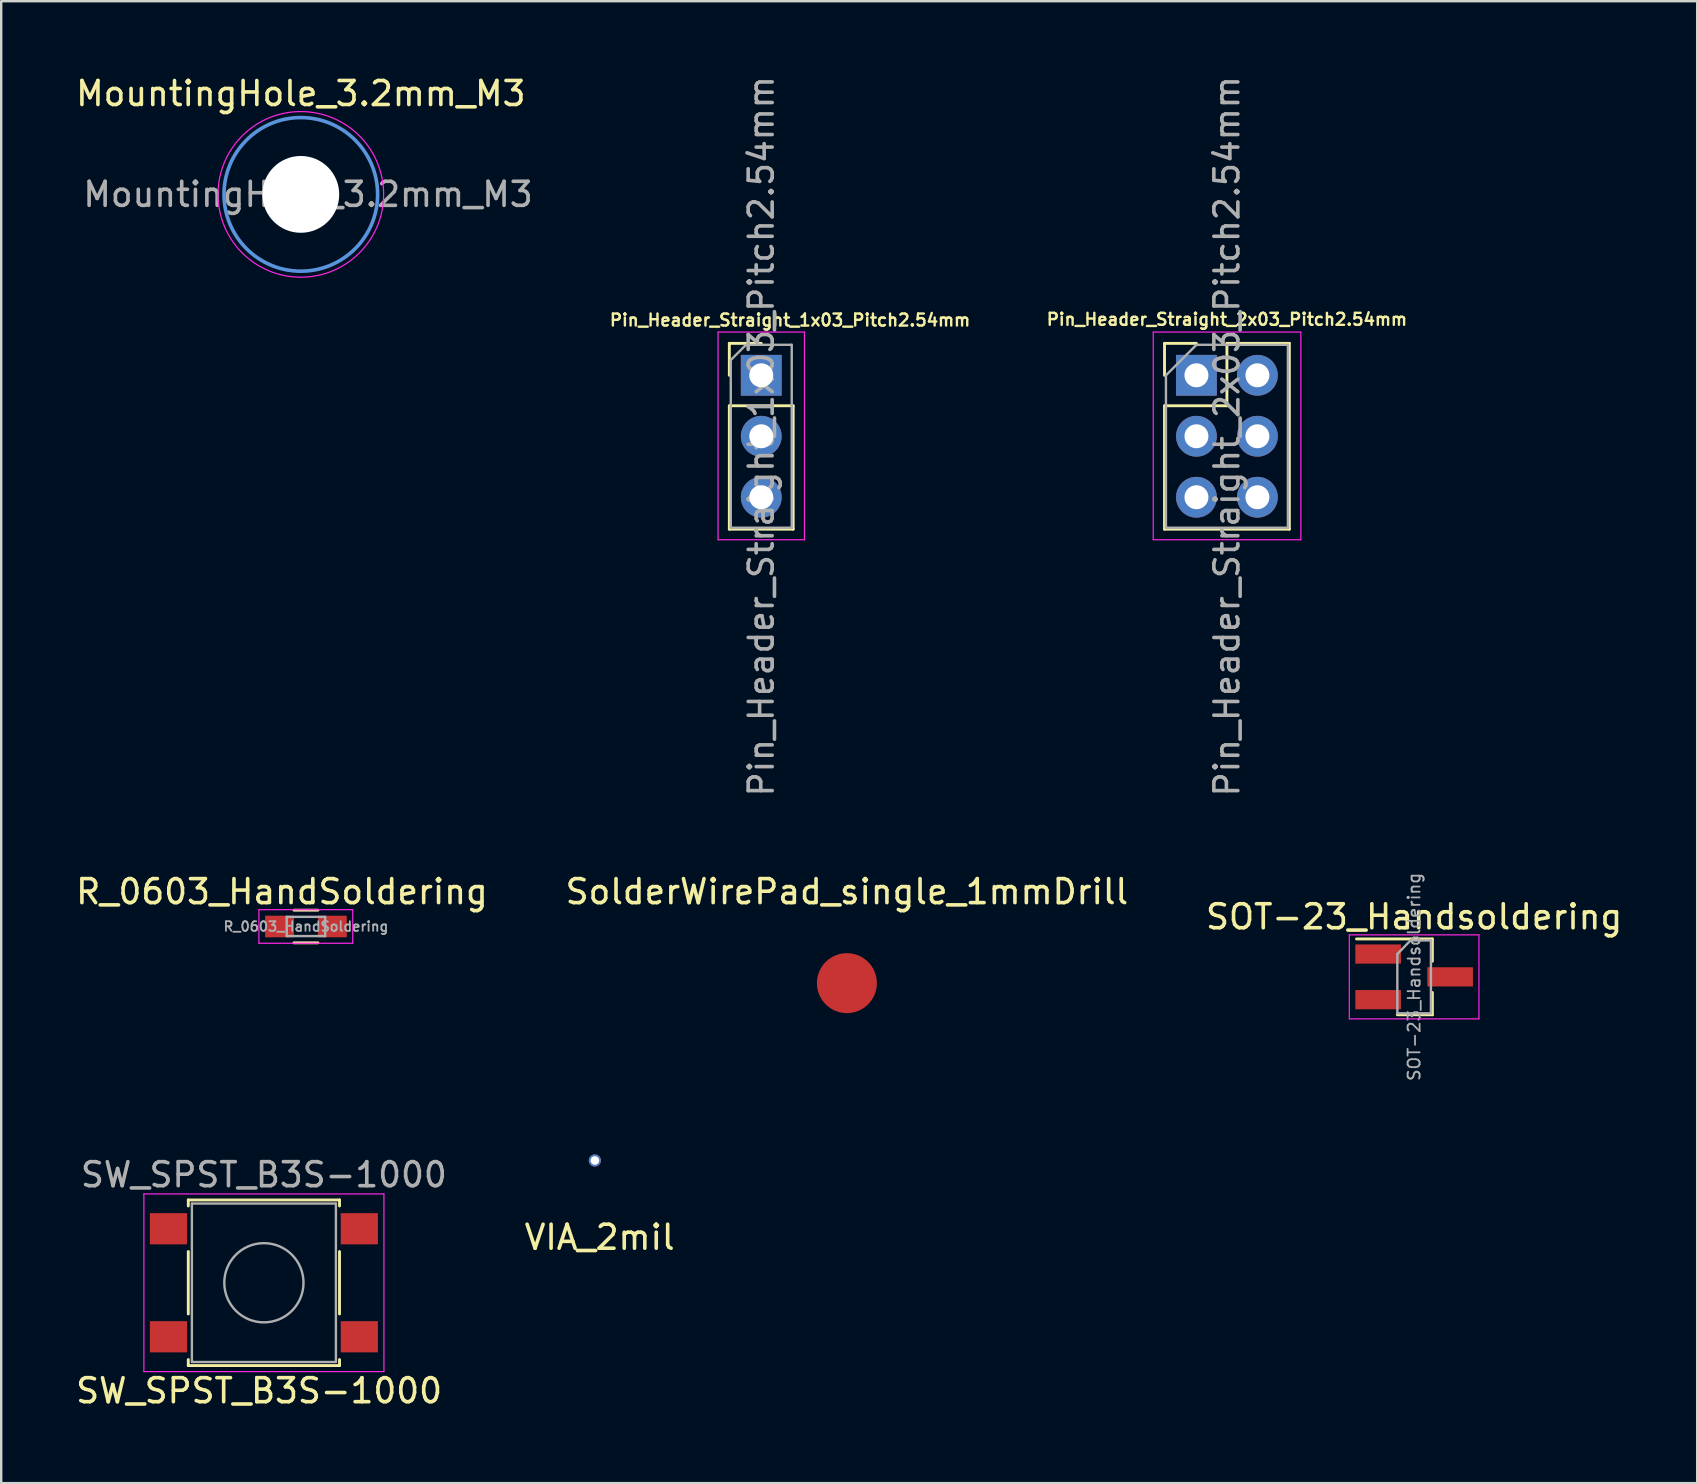
<source format=kicad_pcb>
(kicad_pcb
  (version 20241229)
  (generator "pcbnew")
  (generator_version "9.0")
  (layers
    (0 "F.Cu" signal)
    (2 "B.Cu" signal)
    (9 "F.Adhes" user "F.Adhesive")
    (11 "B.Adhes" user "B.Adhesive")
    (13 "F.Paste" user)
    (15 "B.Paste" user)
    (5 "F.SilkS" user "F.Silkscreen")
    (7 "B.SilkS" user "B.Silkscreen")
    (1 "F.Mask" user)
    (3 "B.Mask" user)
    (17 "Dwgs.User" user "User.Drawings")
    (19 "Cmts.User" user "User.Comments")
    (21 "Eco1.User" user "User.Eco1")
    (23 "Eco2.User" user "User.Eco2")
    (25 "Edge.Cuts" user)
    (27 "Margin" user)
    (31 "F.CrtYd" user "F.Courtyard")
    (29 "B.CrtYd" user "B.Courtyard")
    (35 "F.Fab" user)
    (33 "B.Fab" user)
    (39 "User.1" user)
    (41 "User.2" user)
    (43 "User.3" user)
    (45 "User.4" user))
  (footprint "R_0603_HandSoldering"
    (layer "F.Cu")
    (at 9.696 35.548)
    (property "Reference" "R_0603_HandSoldering" (at -1 -1.45 0) (layer "F.SilkS") (effects (font (size 1 1) (thickness 0.15))))
    (attr smd)
    (fp_line (start -0.5 -0.68) (end 0.5 -0.68) (stroke (width 0.12) (type solid)) (layer "F.SilkS"))
    (fp_line (start 0.5 0.68) (end -0.5 0.68) (stroke (width 0.12) (type solid)) (layer "F.SilkS"))
    (fp_line (start -1.96 -0.7) (end -1.96 0.7) (stroke (width 0.05) (type solid)) (layer "F.CrtYd"))
    (fp_line (start -1.96 -0.7) (end 1.95 -0.7) (stroke (width 0.05) (type solid)) (layer "F.CrtYd"))
    (fp_line (start 1.95 0.7) (end -1.96 0.7) (stroke (width 0.05) (type solid)) (layer "F.CrtYd"))
    (fp_line (start 1.95 0.7) (end 1.95 -0.7) (stroke (width 0.05) (type solid)) (layer "F.CrtYd"))
    (fp_line (start -0.8 -0.4) (end 0.8 -0.4) (stroke (width 0.1) (type solid)) (layer "F.Fab"))
    (fp_line (start -0.8 0.4) (end -0.8 -0.4) (stroke (width 0.1) (type solid)) (layer "F.Fab"))
    (fp_line (start 0.8 -0.4) (end 0.8 0.4) (stroke (width 0.1) (type solid)) (layer "F.Fab"))
    (fp_line (start 0.8 0.4) (end -0.8 0.4) (stroke (width 0.1) (type solid)) (layer "F.Fab"))
    (fp_text user "${REFERENCE}" (at 0 0 0) (layer "F.Fab") (effects (font (size 0.4 0.4) (thickness 0.075))))
    (pad "1" smd rect (at -1.1 0) (size 1.2 0.9) (layers "F.Cu" "F.Mask" "F.Paste"))
    (pad "2" smd rect (at 1.1 0) (size 1.2 0.9) (layers "F.Cu" "F.Mask" "F.Paste")))
  (footprint "MountingHole_3.2mm_M3"
    (layer "F.Cu")
    (at 9.482 5.048)
    (property "Reference" "MountingHole_3.2mm_M3" (at 0 -4.2 0) (layer "F.SilkS") (effects (font (size 1 1) (thickness 0.15))))
    (attr exclude_from_pos_files exclude_from_bom)
    (fp_circle (center 0 0) (end 3.2 0) (stroke (width 0.15) (type solid)) (fill no) (layer "Cmts.User"))
    (fp_circle (center 0 0) (end 3.45 0) (stroke (width 0.05) (type solid)) (fill no) (layer "F.CrtYd"))
    (fp_text user "${REFERENCE}" (at 0.3 0 0) (layer "F.Fab") (effects (font (size 1 1) (thickness 0.15))))
    (pad "" np_thru_hole circle (at 0 0) (size 3.2 3.2) (drill 3.2) (layers "*.Cu" "*.Mask")))
  (footprint "Pin_Header_Straight_1x03_Pitch2.54mm"
    (layer "F.Cu")
    (at 28.664 12.585)
    (property "Reference" "Pin_Header_Straight_1x03_Pitch2.54mm" (at 1.2 -2.3 0) (layer "F.SilkS") (effects (font (size 0.5 0.5) (thickness 0.1))))
    (attr through_hole)
    (fp_line (start -1.33 -1.33) (end 0 -1.33) (stroke (width 0.12) (type solid)) (layer "F.SilkS"))
    (fp_line (start -1.33 0) (end -1.33 -1.33) (stroke (width 0.12) (type solid)) (layer "F.SilkS"))
    (fp_line (start -1.33 1.27) (end -1.33 6.41) (stroke (width 0.12) (type solid)) (layer "F.SilkS"))
    (fp_line (start -1.33 1.27) (end 1.33 1.27) (stroke (width 0.12) (type solid)) (layer "F.SilkS"))
    (fp_line (start -1.33 6.41) (end 1.33 6.41) (stroke (width 0.12) (type solid)) (layer "F.SilkS"))
    (fp_line (start 1.33 1.27) (end 1.33 6.41) (stroke (width 0.12) (type solid)) (layer "F.SilkS"))
    (fp_line (start -1.8 -1.8) (end -1.8 6.85) (stroke (width 0.05) (type solid)) (layer "F.CrtYd"))
    (fp_line (start -1.8 6.85) (end 1.8 6.85) (stroke (width 0.05) (type solid)) (layer "F.CrtYd"))
    (fp_line (start 1.8 -1.8) (end -1.8 -1.8) (stroke (width 0.05) (type solid)) (layer "F.CrtYd"))
    (fp_line (start 1.8 6.85) (end 1.8 -1.8) (stroke (width 0.05) (type solid)) (layer "F.CrtYd"))
    (fp_line (start -1.27 -0.635) (end -0.635 -1.27) (stroke (width 0.1) (type solid)) (layer "F.Fab"))
    (fp_line (start -1.27 6.35) (end -1.27 -0.635) (stroke (width 0.1) (type solid)) (layer "F.Fab"))
    (fp_line (start -0.635 -1.27) (end 1.27 -1.27) (stroke (width 0.1) (type solid)) (layer "F.Fab"))
    (fp_line (start 1.27 -1.27) (end 1.27 6.35) (stroke (width 0.1) (type solid)) (layer "F.Fab"))
    (fp_line (start 1.27 6.35) (end -1.27 6.35) (stroke (width 0.1) (type solid)) (layer "F.Fab"))
    (fp_text user "${REFERENCE}" (at 0 2.54 90) (layer "F.Fab") (effects (font (size 1 1) (thickness 0.15))))
    (pad "1" thru_hole rect (at 0 0) (size 1.7 1.7) (drill 1) (layers "*.Cu" "*.Mask"))
    (pad "2" thru_hole oval (at 0 2.54) (size 1.7 1.7) (drill 1) (layers "*.Cu" "*.Mask"))
    (pad "3" thru_hole oval (at 0 5.08) (size 1.7 1.7) (drill 1) (layers "*.Cu" "*.Mask")))
  (footprint "SW_SPST_B3S-1000"
    (layer "F.Cu")
    (at 7.944 50.39)
    (property "Reference" "SW_SPST_B3S-1000" (at -0.2 4.5 0) (layer "F.SilkS") (effects (font (size 1 1) (thickness 0.15))))
    (attr smd)
    (fp_line (start -3.15 -3.45) (end 3.15 -3.45) (stroke (width 0.12) (type solid)) (layer "F.SilkS"))
    (fp_line (start -3.15 -3.2) (end -3.15 -3.45) (stroke (width 0.12) (type solid)) (layer "F.SilkS"))
    (fp_line (start -3.15 1.3) (end -3.15 -1.3) (stroke (width 0.12) (type solid)) (layer "F.SilkS"))
    (fp_line (start -3.15 3.45) (end -3.15 3.2) (stroke (width 0.12) (type solid)) (layer "F.SilkS"))
    (fp_line (start 3.15 -3.45) (end 3.15 -3.2) (stroke (width 0.12) (type solid)) (layer "F.SilkS"))
    (fp_line (start 3.15 -1.3) (end 3.15 1.3) (stroke (width 0.12) (type solid)) (layer "F.SilkS"))
    (fp_line (start 3.15 3.2) (end 3.15 3.45) (stroke (width 0.12) (type solid)) (layer "F.SilkS"))
    (fp_line (start 3.15 3.45) (end -3.15 3.45) (stroke (width 0.12) (type solid)) (layer "F.SilkS"))
    (fp_line (start -5 -3.7) (end -5 3.7) (stroke (width 0.05) (type solid)) (layer "F.CrtYd"))
    (fp_line (start -5 3.7) (end 5 3.7) (stroke (width 0.05) (type solid)) (layer "F.CrtYd"))
    (fp_line (start 5 -3.7) (end -5 -3.7) (stroke (width 0.05) (type solid)) (layer "F.CrtYd"))
    (fp_line (start 5 3.7) (end 5 -3.7) (stroke (width 0.05) (type solid)) (layer "F.CrtYd"))
    (fp_line (start -3 -3.3) (end 3 -3.3) (stroke (width 0.1) (type solid)) (layer "F.Fab"))
    (fp_line (start -3 3.3) (end -3 -3.3) (stroke (width 0.1) (type solid)) (layer "F.Fab"))
    (fp_line (start 3 -3.3) (end 3 3.3) (stroke (width 0.1) (type solid)) (layer "F.Fab"))
    (fp_line (start 3 3.3) (end -3 3.3) (stroke (width 0.1) (type solid)) (layer "F.Fab"))
    (fp_circle (center 0 0) (end 1.65 0) (stroke (width 0.1) (type solid)) (fill no) (layer "F.Fab"))
    (fp_text user "${REFERENCE}" (at 0 -4.5 0) (layer "F.Fab") (effects (font (size 1 1) (thickness 0.15))))
    (pad "1" smd rect (at -3.975 -2.25) (size 1.55 1.3) (layers "F.Cu" "F.Mask" "F.Paste"))
    (pad "1" smd rect (at 3.975 -2.25) (size 1.55 1.3) (layers "F.Cu" "F.Mask" "F.Paste"))
    (pad "2" smd rect (at -3.975 2.25) (size 1.55 1.3) (layers "F.Cu" "F.Mask" "F.Paste"))
    (pad "2" smd rect (at 3.975 2.25) (size 1.55 1.3) (layers "F.Cu" "F.Mask" "F.Paste")))
  (footprint "SolderWirePad_single_1mmDrill"
    (layer "F.Cu")
    (at 32.232 37.908)
    (property "Reference" "SolderWirePad_single_1mmDrill" (at 0 -3.81 0) (layer "F.SilkS") (effects (font (size 1 1) (thickness 0.15))))
    (attr through_hole)
    (pad "1" smd circle (at 0 0) (size 2.499 2.499) (layers "F.Cu" "F.Mask" "F.Paste")))
  (footprint "VIA_2mil"
    (layer "F.Cu")
    (at 21.732 45.296)
    (property "Reference" "VIA_2mil" (at 0.2 3.2 0) (layer "F.SilkS") (effects (font (size 1 1) (thickness 0.15))))
    (attr through_hole)
    (pad "1" thru_hole circle (at 0 0) (size 0.508 0.508) (drill 0.356) (layers "*.Cu")))
  (footprint "SOT-23_Handsoldering"
    (layer "F.Cu")
    (at 55.863 37.646)
    (property "Reference" "SOT-23_Handsoldering" (at 0 -2.5 0) (layer "F.SilkS") (effects (font (size 1 1) (thickness 0.15))))
    (attr smd)
    (fp_line (start 0.76 -1.58) (end -2.4 -1.58) (stroke (width 0.12) (type solid)) (layer "F.SilkS"))
    (fp_line (start 0.76 -1.58) (end 0.76 -0.65) (stroke (width 0.12) (type solid)) (layer "F.SilkS"))
    (fp_line (start 0.76 1.58) (end -0.7 1.58) (stroke (width 0.12) (type solid)) (layer "F.SilkS"))
    (fp_line (start 0.76 1.58) (end 0.76 0.65) (stroke (width 0.12) (type solid)) (layer "F.SilkS"))
    (fp_line (start -2.7 -1.75) (end 2.7 -1.75) (stroke (width 0.05) (type solid)) (layer "F.CrtYd"))
    (fp_line (start -2.7 1.75) (end -2.7 -1.75) (stroke (width 0.05) (type solid)) (layer "F.CrtYd"))
    (fp_line (start 2.7 -1.75) (end 2.7 1.75) (stroke (width 0.05) (type solid)) (layer "F.CrtYd"))
    (fp_line (start 2.7 1.75) (end -2.7 1.75) (stroke (width 0.05) (type solid)) (layer "F.CrtYd"))
    (fp_line (start -0.7 -0.95) (end -0.7 1.5) (stroke (width 0.1) (type solid)) (layer "F.Fab"))
    (fp_line (start -0.7 -0.95) (end -0.15 -1.52) (stroke (width 0.1) (type solid)) (layer "F.Fab"))
    (fp_line (start -0.7 1.52) (end 0.7 1.52) (stroke (width 0.1) (type solid)) (layer "F.Fab"))
    (fp_line (start -0.15 -1.52) (end 0.7 -1.52) (stroke (width 0.1) (type solid)) (layer "F.Fab"))
    (fp_line (start 0.7 -1.52) (end 0.7 1.52) (stroke (width 0.1) (type solid)) (layer "F.Fab"))
    (fp_text user "${REFERENCE}" (at 0 0 90) (layer "F.Fab") (effects (font (size 0.5 0.5) (thickness 0.075))))
    (pad "1" smd rect (at -1.5 -0.95) (size 1.9 0.8) (layers "F.Cu" "F.Mask" "F.Paste"))
    (pad "2" smd rect (at -1.5 0.95) (size 1.9 0.8) (layers "F.Cu" "F.Mask" "F.Paste"))
    (pad "3" smd rect (at 1.5 0) (size 1.9 0.8) (layers "F.Cu" "F.Mask" "F.Paste")))
  (footprint "Pin_Header_Straight_2x03_Pitch2.54mm"
    (layer "F.Cu")
    (at 46.794 12.585)
    (property "Reference" "Pin_Header_Straight_2x03_Pitch2.54mm" (at 1.27 -2.33 0) (layer "F.SilkS") (effects (font (size 0.5 0.5) (thickness 0.1))))
    (attr through_hole)
    (fp_line (start -1.33 -1.33) (end 0 -1.33) (stroke (width 0.12) (type solid)) (layer "F.SilkS"))
    (fp_line (start -1.33 0) (end -1.33 -1.33) (stroke (width 0.12) (type solid)) (layer "F.SilkS"))
    (fp_line (start -1.33 1.27) (end -1.33 6.41) (stroke (width 0.12) (type solid)) (layer "F.SilkS"))
    (fp_line (start -1.33 1.27) (end 1.27 1.27) (stroke (width 0.12) (type solid)) (layer "F.SilkS"))
    (fp_line (start -1.33 6.41) (end 3.87 6.41) (stroke (width 0.12) (type solid)) (layer "F.SilkS"))
    (fp_line (start 1.27 -1.33) (end 3.87 -1.33) (stroke (width 0.12) (type solid)) (layer "F.SilkS"))
    (fp_line (start 1.27 1.27) (end 1.27 -1.33) (stroke (width 0.12) (type solid)) (layer "F.SilkS"))
    (fp_line (start 3.87 -1.33) (end 3.87 6.41) (stroke (width 0.12) (type solid)) (layer "F.SilkS"))
    (fp_line (start -1.8 -1.8) (end -1.8 6.85) (stroke (width 0.05) (type solid)) (layer "F.CrtYd"))
    (fp_line (start -1.8 6.85) (end 4.35 6.85) (stroke (width 0.05) (type solid)) (layer "F.CrtYd"))
    (fp_line (start 4.35 -1.8) (end -1.8 -1.8) (stroke (width 0.05) (type solid)) (layer "F.CrtYd"))
    (fp_line (start 4.35 6.85) (end 4.35 -1.8) (stroke (width 0.05) (type solid)) (layer "F.CrtYd"))
    (fp_line (start -1.27 0) (end 0 -1.27) (stroke (width 0.1) (type solid)) (layer "F.Fab"))
    (fp_line (start -1.27 6.35) (end -1.27 0) (stroke (width 0.1) (type solid)) (layer "F.Fab"))
    (fp_line (start 0 -1.27) (end 3.81 -1.27) (stroke (width 0.1) (type solid)) (layer "F.Fab"))
    (fp_line (start 3.81 -1.27) (end 3.81 6.35) (stroke (width 0.1) (type solid)) (layer "F.Fab"))
    (fp_line (start 3.81 6.35) (end -1.27 6.35) (stroke (width 0.1) (type solid)) (layer "F.Fab"))
    (fp_text user "${REFERENCE}" (at 1.27 2.54 90) (layer "F.Fab") (effects (font (size 1 1) (thickness 0.15))))
    (pad "1" thru_hole rect (at 0 0) (size 1.7 1.7) (drill 1) (layers "*.Cu" "*.Mask"))
    (pad "2" thru_hole oval (at 2.54 0) (size 1.7 1.7) (drill 1) (layers "*.Cu" "*.Mask"))
    (pad "3" thru_hole oval (at 0 2.54) (size 1.7 1.7) (drill 1) (layers "*.Cu" "*.Mask"))
    (pad "4" thru_hole oval (at 2.54 2.54) (size 1.7 1.7) (drill 1) (layers "*.Cu" "*.Mask"))
    (pad "5" thru_hole oval (at 0 5.08) (size 1.7 1.7) (drill 1) (layers "*.Cu" "*.Mask"))
    (pad "6" thru_hole oval (at 2.54 5.08) (size 1.7 1.7) (drill 1) (layers "*.Cu" "*.Mask")))
  (gr_rect
    (start -3 -3)
    (end 67.655 58.738)
    (stroke (width 0.1) (type default))
    (fill no)
    (layer "Edge.Cuts")))
</source>
